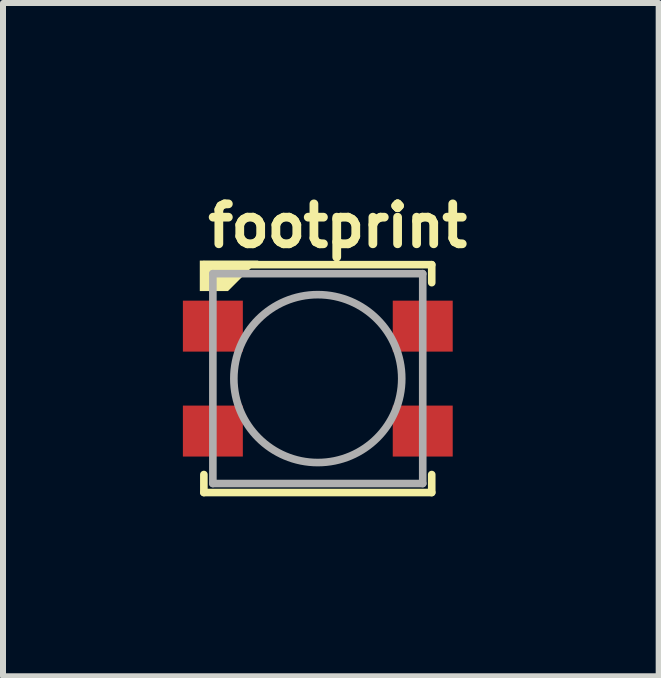
<source format=kicad_pcb>
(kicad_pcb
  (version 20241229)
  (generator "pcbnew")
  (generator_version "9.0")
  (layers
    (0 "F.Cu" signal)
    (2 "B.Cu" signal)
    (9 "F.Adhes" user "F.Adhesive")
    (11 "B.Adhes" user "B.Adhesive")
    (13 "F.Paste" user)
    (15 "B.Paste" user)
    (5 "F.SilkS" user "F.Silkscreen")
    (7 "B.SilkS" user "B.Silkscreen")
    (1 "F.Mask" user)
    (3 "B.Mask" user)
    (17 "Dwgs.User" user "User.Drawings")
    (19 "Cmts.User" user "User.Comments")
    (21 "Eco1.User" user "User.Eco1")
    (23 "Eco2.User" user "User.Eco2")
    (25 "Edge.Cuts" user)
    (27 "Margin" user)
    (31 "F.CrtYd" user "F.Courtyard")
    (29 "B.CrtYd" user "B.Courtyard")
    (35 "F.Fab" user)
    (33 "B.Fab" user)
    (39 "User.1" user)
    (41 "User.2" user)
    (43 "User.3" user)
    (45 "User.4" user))
  (footprint "footprint"
    (layer "F.Cu")
    (at 2.25 3.264)
    (property "Reference" "footprint" (at -1.905 -2.159 0) (layer "F.SilkS") (effects (font (size 0.666 0.666) (thickness 0.146)) (justify left bottom)))
    (fp_line (start -1.9 -1.9) (end 1.9 -1.9) (stroke (width 0.127) (type solid)) (layer "F.SilkS"))
    (fp_line (start -1.9 -1.6) (end -1.9 -1.9) (stroke (width 0.127) (type solid)) (layer "F.SilkS"))
    (fp_line (start -1.9 1.6) (end -1.9 1.9) (stroke (width 0.127) (type solid)) (layer "F.SilkS"))
    (fp_line (start -1.9 1.9) (end 1.9 1.9) (stroke (width 0.127) (type solid)) (layer "F.SilkS"))
    (fp_line (start 1.9 -1.9) (end 1.9 -1.6) (stroke (width 0.127) (type solid)) (layer "F.SilkS"))
    (fp_line (start 1.9 1.9) (end 1.9 1.6) (stroke (width 0.127) (type solid)) (layer "F.SilkS"))
    (fp_poly (pts (xy -1.498 -1.46) (xy -1.968 -1.46) (xy -1.968 -1.968) (xy -0.99 -1.968)) (stroke (width 0) (type solid)) (fill yes) (layer "F.SilkS"))
    (fp_line (start -1.75 -1.75) (end 1.75 -1.75) (stroke (width 0.127) (type solid)) (layer "F.Fab"))
    (fp_line (start -1.75 1.75) (end -1.75 -1.75) (stroke (width 0.127) (type solid)) (layer "F.Fab"))
    (fp_line (start 1.75 -1.75) (end 1.75 1.75) (stroke (width 0.127) (type solid)) (layer "F.Fab"))
    (fp_line (start 1.75 1.75) (end -1.75 1.75) (stroke (width 0.127) (type solid)) (layer "F.Fab"))
    (fp_circle (center 0 0) (end 1.4 0) (stroke (width 0.127) (type solid)) (fill no) (layer "F.Fab"))
    (pad "1" smd rect (at -1.75 -0.875 90) (size 0.85 1) (layers "F.Cu" "F.Mask" "F.Paste"))
    (pad "2" smd rect (at -1.75 0.875 90) (size 0.85 1) (layers "F.Cu" "F.Mask" "F.Paste"))
    (pad "3" smd rect (at 1.75 0.875 90) (size 0.85 1) (layers "F.Cu" "F.Mask" "F.Paste"))
    (pad "4" smd rect (at 1.75 -0.875 90) (size 0.85 1) (layers "F.Cu" "F.Mask" "F.Paste")))
  (gr_rect
    (start -3 -3)
    (end 7.935 8.228)
    (stroke (width 0.1) (type default))
    (fill no)
    (layer "Edge.Cuts")))
</source>
